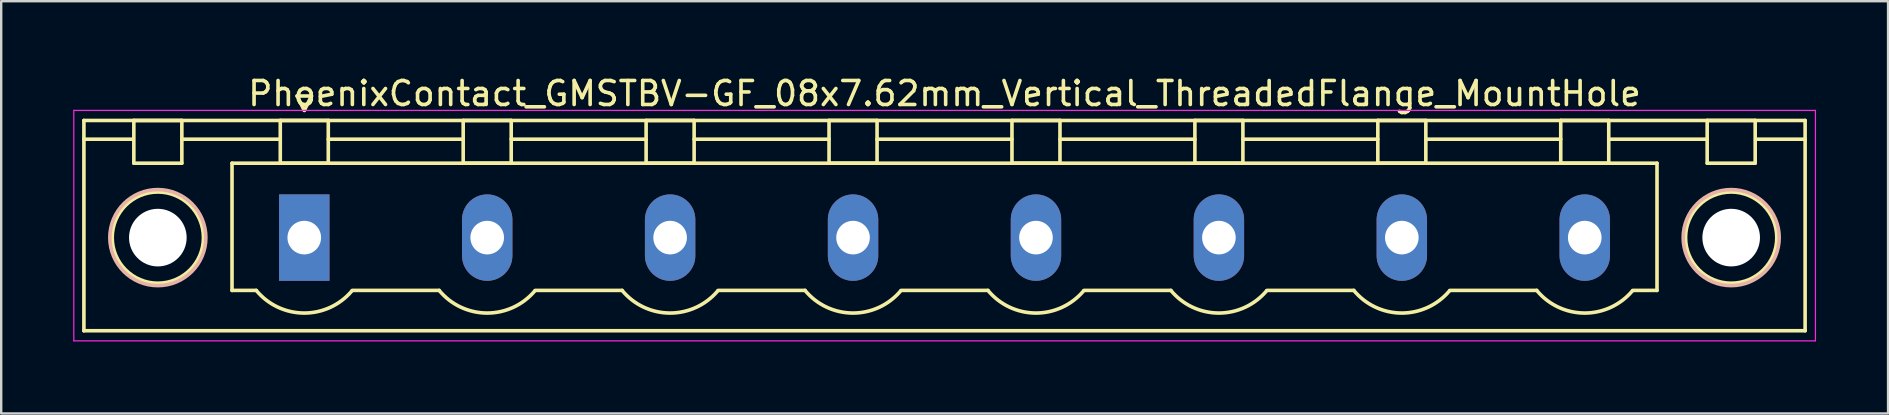
<source format=kicad_pcb>
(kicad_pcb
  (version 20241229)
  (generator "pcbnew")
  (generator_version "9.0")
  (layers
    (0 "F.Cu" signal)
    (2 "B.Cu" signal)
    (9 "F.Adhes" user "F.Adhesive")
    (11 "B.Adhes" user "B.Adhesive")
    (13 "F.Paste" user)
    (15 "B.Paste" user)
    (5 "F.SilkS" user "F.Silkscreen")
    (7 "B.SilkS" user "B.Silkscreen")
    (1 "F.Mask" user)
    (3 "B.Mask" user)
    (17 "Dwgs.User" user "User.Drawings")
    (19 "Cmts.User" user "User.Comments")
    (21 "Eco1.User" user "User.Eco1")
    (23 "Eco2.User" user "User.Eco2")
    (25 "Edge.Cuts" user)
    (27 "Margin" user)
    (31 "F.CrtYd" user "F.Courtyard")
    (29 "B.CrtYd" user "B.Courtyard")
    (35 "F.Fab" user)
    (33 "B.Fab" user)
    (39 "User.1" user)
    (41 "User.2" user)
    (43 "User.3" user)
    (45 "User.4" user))
  (footprint "PhoenixContact_GMSTBV-GF_08x7.62mm_Vertical_ThreadedFlange_MountHole"
    (layer "F.Cu")
    (at 9.625 6.848)
    (property "Reference" "PhoenixContact_GMSTBV-GF_08x7.62mm_Vertical_ThreadedFlange_MountHole" (at 26.67 -6 0) (layer "F.SilkS") (effects (font (size 1 1) (thickness 0.15))))
    (attr through_hole)
    (fp_line (start -9.18 -4.88) (end -9.18 3.88) (stroke (width 0.15) (type solid)) (layer "F.SilkS"))
    (fp_line (start -9.18 -4.1) (end -7.18 -4.1) (stroke (width 0.15) (type solid)) (layer "F.SilkS"))
    (fp_line (start -9.18 3.88) (end 62.52 3.88) (stroke (width 0.15) (type solid)) (layer "F.SilkS"))
    (fp_line (start -7.1 -4.88) (end -5.1 -4.88) (stroke (width 0.15) (type solid)) (layer "F.SilkS"))
    (fp_line (start -7.1 -3.1) (end -7.1 -4.88) (stroke (width 0.15) (type solid)) (layer "F.SilkS"))
    (fp_line (start -5.1 -4.88) (end -5.1 -3.1) (stroke (width 0.15) (type solid)) (layer "F.SilkS"))
    (fp_line (start -5.1 -4.1) (end -1 -4.1) (stroke (width 0.15) (type solid)) (layer "F.SilkS"))
    (fp_line (start -5.1 -3.1) (end -7.1 -3.1) (stroke (width 0.15) (type solid)) (layer "F.SilkS"))
    (fp_line (start -3.01 -3.1) (end 56.35 -3.1) (stroke (width 0.15) (type solid)) (layer "F.SilkS"))
    (fp_line (start -3.01 2.2) (end -3.01 -3.1) (stroke (width 0.15) (type solid)) (layer "F.SilkS"))
    (fp_line (start -2 2.2) (end -3.01 2.2) (stroke (width 0.15) (type solid)) (layer "F.SilkS"))
    (fp_line (start -1 -4.88) (end 1 -4.88) (stroke (width 0.15) (type solid)) (layer "F.SilkS"))
    (fp_line (start -1 -3.1) (end -1 -4.88) (stroke (width 0.15) (type solid)) (layer "F.SilkS"))
    (fp_line (start -0.3 -5.9) (end 0 -5.3) (stroke (width 0.15) (type solid)) (layer "F.SilkS"))
    (fp_line (start 0 -5.3) (end 0.3 -5.9) (stroke (width 0.15) (type solid)) (layer "F.SilkS"))
    (fp_line (start 0.3 -5.9) (end -0.3 -5.9) (stroke (width 0.15) (type solid)) (layer "F.SilkS"))
    (fp_line (start 1 -4.88) (end 1 -3.1) (stroke (width 0.15) (type solid)) (layer "F.SilkS"))
    (fp_line (start 1 -4.1) (end 6.62 -4.1) (stroke (width 0.15) (type solid)) (layer "F.SilkS"))
    (fp_line (start 1 -3.1) (end -1 -3.1) (stroke (width 0.15) (type solid)) (layer "F.SilkS"))
    (fp_line (start 2 2.2) (end 5.62 2.2) (stroke (width 0.15) (type solid)) (layer "F.SilkS"))
    (fp_line (start 6.62 -4.88) (end 8.62 -4.88) (stroke (width 0.15) (type solid)) (layer "F.SilkS"))
    (fp_line (start 6.62 -3.1) (end 6.62 -4.88) (stroke (width 0.15) (type solid)) (layer "F.SilkS"))
    (fp_line (start 8.62 -4.88) (end 8.62 -3.1) (stroke (width 0.15) (type solid)) (layer "F.SilkS"))
    (fp_line (start 8.62 -4.1) (end 14.24 -4.1) (stroke (width 0.15) (type solid)) (layer "F.SilkS"))
    (fp_line (start 8.62 -3.1) (end 6.62 -3.1) (stroke (width 0.15) (type solid)) (layer "F.SilkS"))
    (fp_line (start 9.62 2.2) (end 13.24 2.2) (stroke (width 0.15) (type solid)) (layer "F.SilkS"))
    (fp_line (start 14.24 -4.88) (end 16.24 -4.88) (stroke (width 0.15) (type solid)) (layer "F.SilkS"))
    (fp_line (start 14.24 -3.1) (end 14.24 -4.88) (stroke (width 0.15) (type solid)) (layer "F.SilkS"))
    (fp_line (start 16.24 -4.88) (end 16.24 -3.1) (stroke (width 0.15) (type solid)) (layer "F.SilkS"))
    (fp_line (start 16.24 -4.1) (end 21.86 -4.1) (stroke (width 0.15) (type solid)) (layer "F.SilkS"))
    (fp_line (start 16.24 -3.1) (end 14.24 -3.1) (stroke (width 0.15) (type solid)) (layer "F.SilkS"))
    (fp_line (start 17.24 2.2) (end 20.86 2.2) (stroke (width 0.15) (type solid)) (layer "F.SilkS"))
    (fp_line (start 21.86 -4.88) (end 23.86 -4.88) (stroke (width 0.15) (type solid)) (layer "F.SilkS"))
    (fp_line (start 21.86 -3.1) (end 21.86 -4.88) (stroke (width 0.15) (type solid)) (layer "F.SilkS"))
    (fp_line (start 23.86 -4.88) (end 23.86 -3.1) (stroke (width 0.15) (type solid)) (layer "F.SilkS"))
    (fp_line (start 23.86 -4.1) (end 29.48 -4.1) (stroke (width 0.15) (type solid)) (layer "F.SilkS"))
    (fp_line (start 23.86 -3.1) (end 21.86 -3.1) (stroke (width 0.15) (type solid)) (layer "F.SilkS"))
    (fp_line (start 24.86 2.2) (end 28.48 2.2) (stroke (width 0.15) (type solid)) (layer "F.SilkS"))
    (fp_line (start 29.48 -4.88) (end 31.48 -4.88) (stroke (width 0.15) (type solid)) (layer "F.SilkS"))
    (fp_line (start 29.48 -3.1) (end 29.48 -4.88) (stroke (width 0.15) (type solid)) (layer "F.SilkS"))
    (fp_line (start 31.48 -4.88) (end 31.48 -3.1) (stroke (width 0.15) (type solid)) (layer "F.SilkS"))
    (fp_line (start 31.48 -4.1) (end 37.1 -4.1) (stroke (width 0.15) (type solid)) (layer "F.SilkS"))
    (fp_line (start 31.48 -3.1) (end 29.48 -3.1) (stroke (width 0.15) (type solid)) (layer "F.SilkS"))
    (fp_line (start 32.48 2.2) (end 36.1 2.2) (stroke (width 0.15) (type solid)) (layer "F.SilkS"))
    (fp_line (start 37.1 -4.88) (end 39.1 -4.88) (stroke (width 0.15) (type solid)) (layer "F.SilkS"))
    (fp_line (start 37.1 -3.1) (end 37.1 -4.88) (stroke (width 0.15) (type solid)) (layer "F.SilkS"))
    (fp_line (start 39.1 -4.88) (end 39.1 -3.1) (stroke (width 0.15) (type solid)) (layer "F.SilkS"))
    (fp_line (start 39.1 -4.1) (end 44.72 -4.1) (stroke (width 0.15) (type solid)) (layer "F.SilkS"))
    (fp_line (start 39.1 -3.1) (end 37.1 -3.1) (stroke (width 0.15) (type solid)) (layer "F.SilkS"))
    (fp_line (start 40.1 2.2) (end 43.72 2.2) (stroke (width 0.15) (type solid)) (layer "F.SilkS"))
    (fp_line (start 44.72 -4.88) (end 46.72 -4.88) (stroke (width 0.15) (type solid)) (layer "F.SilkS"))
    (fp_line (start 44.72 -3.1) (end 44.72 -4.88) (stroke (width 0.15) (type solid)) (layer "F.SilkS"))
    (fp_line (start 46.72 -4.88) (end 46.72 -3.1) (stroke (width 0.15) (type solid)) (layer "F.SilkS"))
    (fp_line (start 46.72 -4.1) (end 52.34 -4.1) (stroke (width 0.15) (type solid)) (layer "F.SilkS"))
    (fp_line (start 46.72 -3.1) (end 44.72 -3.1) (stroke (width 0.15) (type solid)) (layer "F.SilkS"))
    (fp_line (start 47.72 2.2) (end 51.34 2.2) (stroke (width 0.15) (type solid)) (layer "F.SilkS"))
    (fp_line (start 52.34 -4.88) (end 54.34 -4.88) (stroke (width 0.15) (type solid)) (layer "F.SilkS"))
    (fp_line (start 52.34 -3.1) (end 52.34 -4.88) (stroke (width 0.15) (type solid)) (layer "F.SilkS"))
    (fp_line (start 54.34 -4.88) (end 54.34 -3.1) (stroke (width 0.15) (type solid)) (layer "F.SilkS"))
    (fp_line (start 54.34 -4.1) (end 58.44 -4.1) (stroke (width 0.15) (type solid)) (layer "F.SilkS"))
    (fp_line (start 54.34 -3.1) (end 52.34 -3.1) (stroke (width 0.15) (type solid)) (layer "F.SilkS"))
    (fp_line (start 56.35 -3.1) (end 56.35 2.2) (stroke (width 0.15) (type solid)) (layer "F.SilkS"))
    (fp_line (start 56.35 2.2) (end 55.34 2.2) (stroke (width 0.15) (type solid)) (layer "F.SilkS"))
    (fp_line (start 58.44 -4.88) (end 60.44 -4.88) (stroke (width 0.15) (type solid)) (layer "F.SilkS"))
    (fp_line (start 58.44 -3.1) (end 58.44 -4.88) (stroke (width 0.15) (type solid)) (layer "F.SilkS"))
    (fp_line (start 60.44 -4.88) (end 60.44 -3.1) (stroke (width 0.15) (type solid)) (layer "F.SilkS"))
    (fp_line (start 60.44 -3.1) (end 58.44 -3.1) (stroke (width 0.15) (type solid)) (layer "F.SilkS"))
    (fp_line (start 62.52 -4.88) (end -9.18 -4.88) (stroke (width 0.15) (type solid)) (layer "F.SilkS"))
    (fp_line (start 62.52 -4.1) (end 60.52 -4.1) (stroke (width 0.15) (type solid)) (layer "F.SilkS"))
    (fp_line (start 62.52 3.88) (end 62.52 -4.88) (stroke (width 0.15) (type solid)) (layer "F.SilkS"))
    (fp_arc (start 1.986842 2.215821) (mid -0.010289 3.142758) (end -2 2.2) (stroke (width 0.15) (type solid)) (layer "F.SilkS"))
    (fp_arc (start 9.606842 2.215821) (mid 7.609711 3.142758) (end 5.62 2.2) (stroke (width 0.15) (type solid)) (layer "F.SilkS"))
    (fp_arc (start 17.226842 2.215821) (mid 15.229711 3.142758) (end 13.24 2.2) (stroke (width 0.15) (type solid)) (layer "F.SilkS"))
    (fp_arc (start 24.846842 2.215821) (mid 22.849711 3.142758) (end 20.86 2.2) (stroke (width 0.15) (type solid)) (layer "F.SilkS"))
    (fp_arc (start 32.466842 2.215821) (mid 30.469711 3.142758) (end 28.48 2.2) (stroke (width 0.15) (type solid)) (layer "F.SilkS"))
    (fp_arc (start 40.086842 2.215821) (mid 38.089711 3.142758) (end 36.1 2.2) (stroke (width 0.15) (type solid)) (layer "F.SilkS"))
    (fp_arc (start 47.706842 2.215821) (mid 45.709711 3.142758) (end 43.72 2.2) (stroke (width 0.15) (type solid)) (layer "F.SilkS"))
    (fp_arc (start 55.326842 2.215821) (mid 53.329711 3.142758) (end 51.34 2.2) (stroke (width 0.15) (type solid)) (layer "F.SilkS"))
    (fp_circle (center -6.1 0) (end -5.1 0) (stroke (width 0.15) (type solid)) (fill no) (layer "F.SilkS"))
    (fp_circle (center -6.1 0) (end -4.2 0) (stroke (width 0.15) (type solid)) (fill no) (layer "F.SilkS"))
    (fp_circle (center 59.44 0) (end 60.44 0) (stroke (width 0.15) (type solid)) (fill no) (layer "F.SilkS"))
    (fp_circle (center 59.44 0) (end 61.34 0) (stroke (width 0.15) (type solid)) (fill no) (layer "F.SilkS"))
    (fp_circle (center -6.1 0) (end -4.1 0) (stroke (width 0.15) (type solid)) (fill no) (layer "B.SilkS"))
    (fp_circle (center 59.44 0) (end 61.44 0) (stroke (width 0.15) (type solid)) (fill no) (layer "B.SilkS"))
    (fp_line (start -9.6 -5.3) (end -9.6 4.3) (stroke (width 0.05) (type solid)) (layer "F.CrtYd"))
    (fp_line (start -9.6 4.3) (end 62.95 4.3) (stroke (width 0.05) (type solid)) (layer "F.CrtYd"))
    (fp_line (start 62.95 -5.3) (end -9.6 -5.3) (stroke (width 0.05) (type solid)) (layer "F.CrtYd"))
    (fp_line (start 62.95 4.3) (end 62.95 -5.3) (stroke (width 0.05) (type solid)) (layer "F.CrtYd"))
    (pad "" np_thru_hole circle (at -6.1 0) (size 2.4 2.4) (drill 2.4) (layers "*.Cu" "*.Mask"))
    (pad "" np_thru_hole circle (at 59.44 0) (size 2.4 2.4) (drill 2.4) (layers "*.Cu" "*.Mask"))
    (pad "1" thru_hole rect (at 0 0) (size 2.1 3.6) (drill 1.4) (layers "*.Cu" "*.Mask"))
    (pad "2" thru_hole oval (at 7.62 0) (size 2.1 3.6) (drill 1.4) (layers "*.Cu" "*.Mask"))
    (pad "3" thru_hole oval (at 15.24 0) (size 2.1 3.6) (drill 1.4) (layers "*.Cu" "*.Mask"))
    (pad "4" thru_hole oval (at 22.86 0) (size 2.1 3.6) (drill 1.4) (layers "*.Cu" "*.Mask"))
    (pad "5" thru_hole oval (at 30.48 0) (size 2.1 3.6) (drill 1.4) (layers "*.Cu" "*.Mask"))
    (pad "6" thru_hole oval (at 38.1 0) (size 2.1 3.6) (drill 1.4) (layers "*.Cu" "*.Mask"))
    (pad "7" thru_hole oval (at 45.72 0) (size 2.1 3.6) (drill 1.4) (layers "*.Cu" "*.Mask"))
    (pad "8" thru_hole oval (at 53.34 0) (size 2.1 3.6) (drill 1.4) (layers "*.Cu" "*.Mask")))
  (gr_rect
    (start -3 -3)
    (end 75.6 14.173)
    (stroke (width 0.1) (type default))
    (fill no)
    (layer "Edge.Cuts")))
</source>
